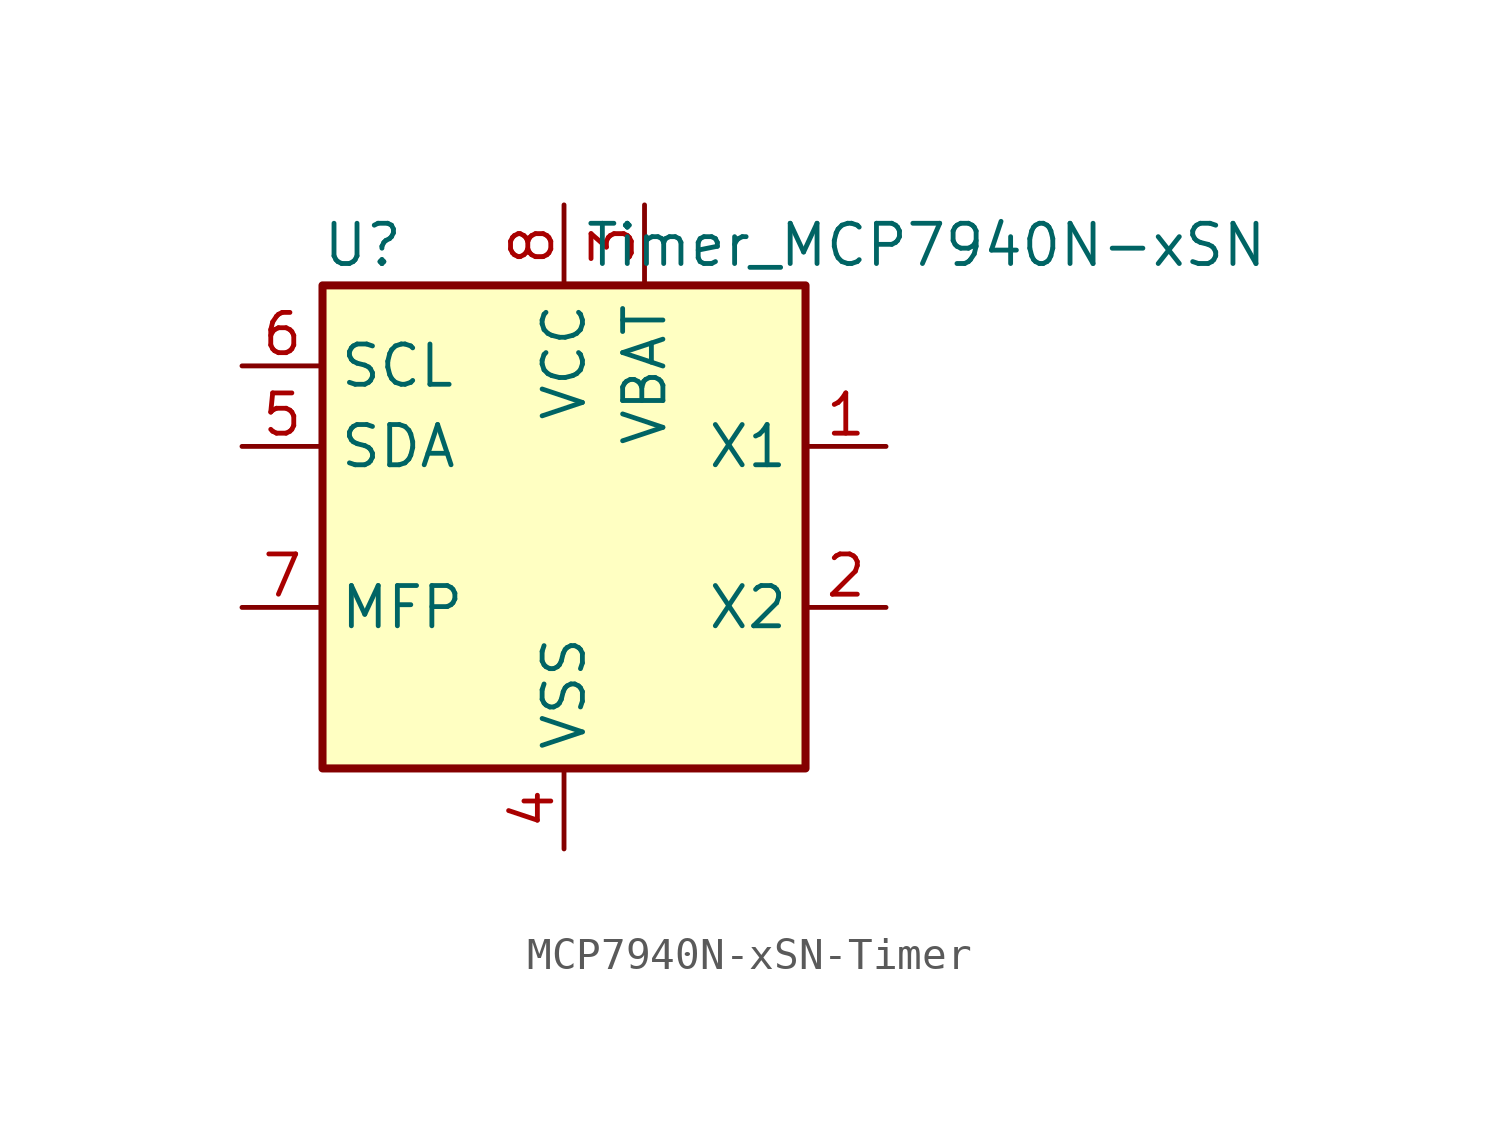
<source format=kicad_sym>
(kicad_symbol_lib
  (version 20220914)
  (generator kicad_symbol_editor)
  (symbol "MCP7940N-xSN-Timer"
    (property "Reference" "U"
      (at -6.35 8.89 0)
      (effects (font (size 1.27 1.27))))
    (property "Value" "Timer_MCP7940N-xSN"
      (at 11.43 8.89 0)
      (effects (font (size 1.27 1.27))))
    (symbol "MCP7940N-xSN-Timer_0_1"
      (rectangle (start -7.62 7.62) (end 7.62 -7.62) (stroke (width 0.254) (type solid)) (fill (type background))))
    (symbol "MCP7940N-xSN-Timer_1_1"
      (pin input line (at 10.16 2.54 180) (length 2.54) (name "X1" (effects (font (size 1.27 1.27)))) (number "1" (effects (font (size 1.27 1.27)))))
      (pin output line (at 10.16 -2.54 180) (length 2.54) (name "X2" (effects (font (size 1.27 1.27)))) (number "2" (effects (font (size 1.27 1.27)))))
      (pin power_in line (at 2.54 10.16 270) (length 2.54) (name "VBAT" (effects (font (size 1.27 1.27)))) (number "3" (effects (font (size 1.27 1.27)))))
      (pin power_in line (at 0 -10.16 90) (length 2.54) (name "VSS" (effects (font (size 1.27 1.27)))) (number "4" (effects (font (size 1.27 1.27)))))
      (pin bidirectional line (at -10.16 2.54 0) (length 2.54) (name "SDA" (effects (font (size 1.27 1.27)))) (number "5" (effects (font (size 1.27 1.27)))))
      (pin input line (at -10.16 5.08 0) (length 2.54) (name "SCL" (effects (font (size 1.27 1.27)))) (number "6" (effects (font (size 1.27 1.27)))))
      (pin open_collector line (at -10.16 -2.54 0) (length 2.54) (name "MFP" (effects (font (size 1.27 1.27)))) (number "7" (effects (font (size 1.27 1.27)))))
      (pin power_in line (at 0 10.16 270) (length 2.54) (name "VCC" (effects (font (size 1.27 1.27)))) (number "8" (effects (font (size 1.27 1.27))))))))
</source>
